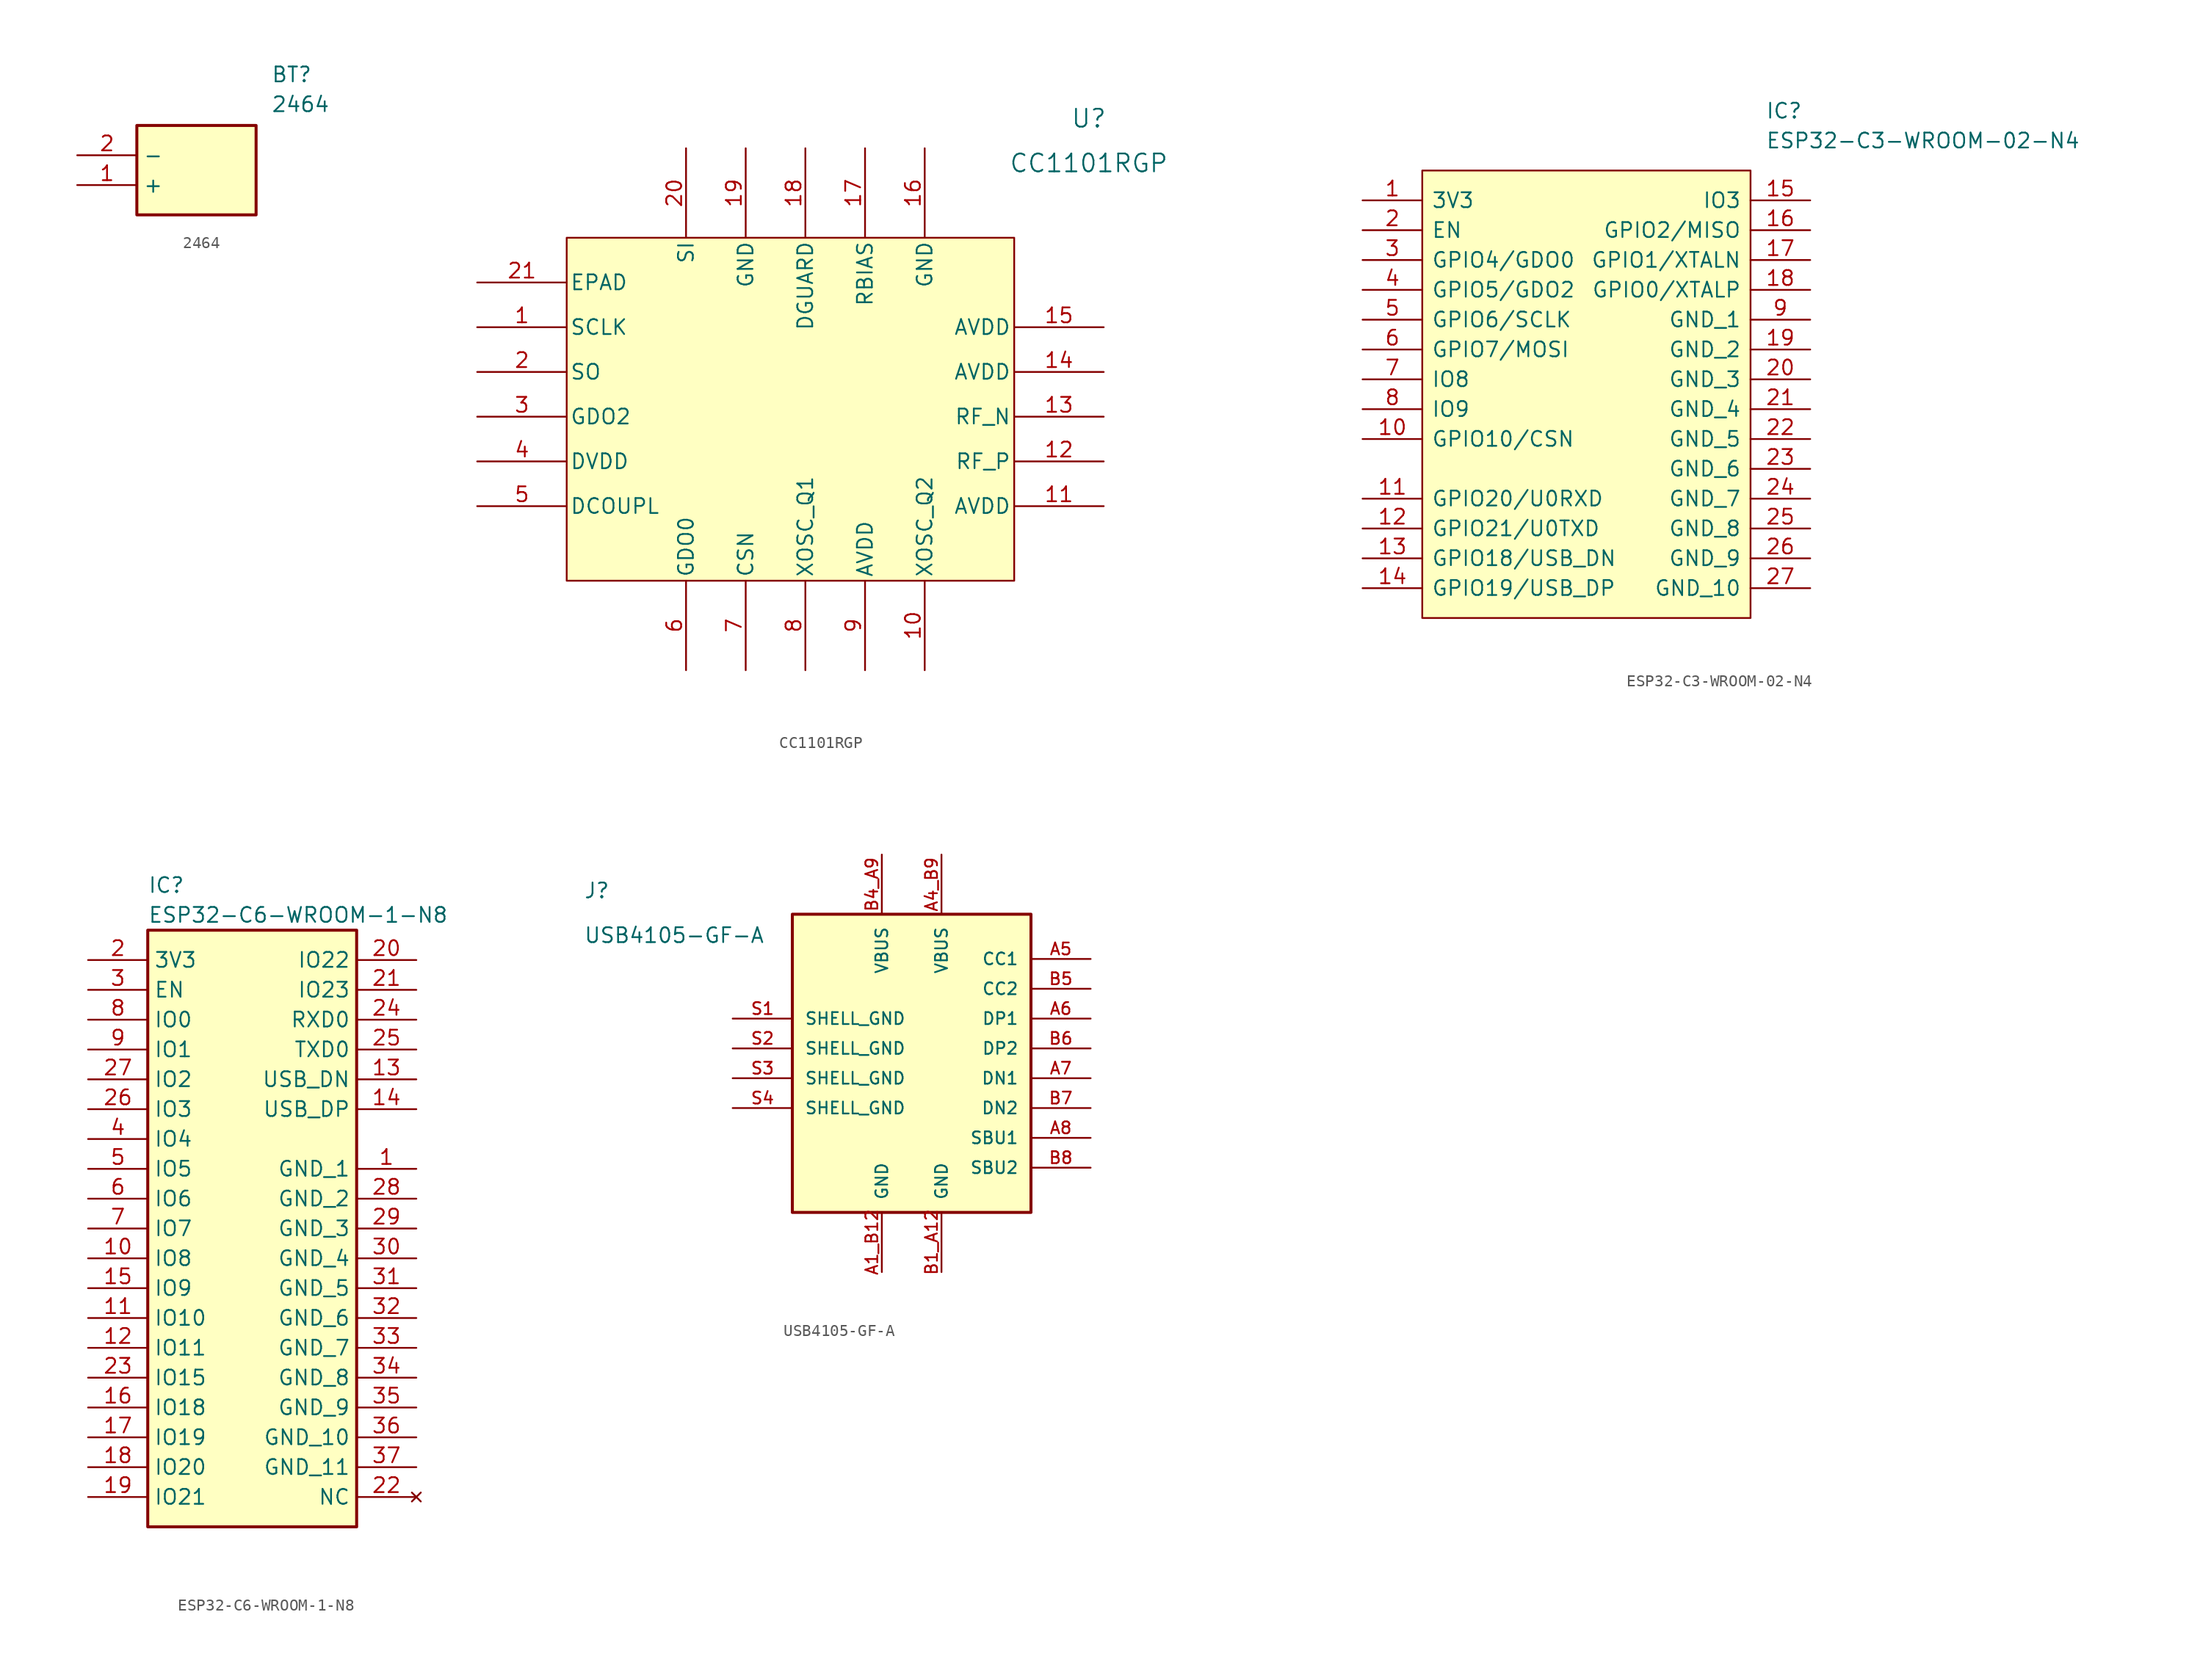
<source format=kicad_sym>
(kicad_symbol_lib
  (version 20241209)
  (generator "kicad_symbol_editor")
  (generator_version "9.0")
  (symbol "2464"
    (property "Reference" "BT"
      (at 16.51 7.62 0)
      (effects (font (size 1.27 1.27)) (justify left top)))
    (property "Value" "2464"
      (at 16.51 5.08 0)
      (effects (font (size 1.27 1.27)) (justify left top)))
    (symbol "2464_1_1"
      (rectangle (start 5.08 2.54) (end 15.24 -5.08) (stroke (width 0.254) (type default)) (fill (type background)))
      (pin passive line (at 0 0 0) (length 5.08) (name "-" (effects (font (size 1.27 1.27)))) (number "2" (effects (font (size 1.27 1.27)))))
      (pin passive line (at 0 -2.54 0) (length 5.08) (name "+" (effects (font (size 1.27 1.27)))) (number "1" (effects (font (size 1.27 1.27)))))))
  (symbol "CC1101RGP"
    (pin_names
      (offset 0.254))
    (property "Reference" "U"
      (at 24.13 24.13 0)
      (effects (font (size 1.524 1.524))))
    (property "Value" "CC1101RGP"
      (at 24.13 20.32 0)
      (effects (font (size 1.524 1.524))))
    (symbol "CC1101RGP_1_1"
      (rectangle (start -20.32 13.97) (end 17.78 -15.24) (stroke (width 0) (type default)) (fill (type background)))
      (pin power_in line (at -27.94 10.16 0) (length 7.62) (name "EPAD" (effects (font (size 1.27 1.27)))) (number "21" (effects (font (size 1.27 1.27)))))
      (pin unspecified line (at -27.94 6.35 0) (length 7.62) (name "SCLK" (effects (font (size 1.27 1.27)))) (number "1" (effects (font (size 1.27 1.27)))))
      (pin output line (at -27.94 2.54 0) (length 7.62) (name "SO" (effects (font (size 1.27 1.27)))) (number "2" (effects (font (size 1.27 1.27)))))
      (pin output line (at -27.94 -1.27 0) (length 7.62) (name "GDO2" (effects (font (size 1.27 1.27)))) (number "3" (effects (font (size 1.27 1.27)))))
      (pin power_in line (at -27.94 -5.08 0) (length 7.62) (name "DVDD" (effects (font (size 1.27 1.27)))) (number "4" (effects (font (size 1.27 1.27)))))
      (pin power_in line (at -27.94 -8.89 0) (length 7.62) (name "DCOUPL" (effects (font (size 1.27 1.27)))) (number "5" (effects (font (size 1.27 1.27)))))
      (pin input line (at -10.16 21.59 270) (length 7.62) (name "SI" (effects (font (size 1.27 1.27)))) (number "20" (effects (font (size 1.27 1.27)))))
      (pin bidirectional line (at -10.16 -22.86 90) (length 7.62) (name "GDO0" (effects (font (size 1.27 1.27)))) (number "6" (effects (font (size 1.27 1.27)))))
      (pin power_in line (at -5.08 21.59 270) (length 7.62) (name "GND" (effects (font (size 1.27 1.27)))) (number "19" (effects (font (size 1.27 1.27)))))
      (pin input line (at -5.08 -22.86 90) (length 7.62) (name "CSN" (effects (font (size 1.27 1.27)))) (number "7" (effects (font (size 1.27 1.27)))))
      (pin power_in line (at 0 21.59 270) (length 7.62) (name "DGUARD" (effects (font (size 1.27 1.27)))) (number "18" (effects (font (size 1.27 1.27)))))
      (pin bidirectional line (at 0 -22.86 90) (length 7.62) (name "XOSC_Q1" (effects (font (size 1.27 1.27)))) (number "8" (effects (font (size 1.27 1.27)))))
      (pin bidirectional line (at 5.08 21.59 270) (length 7.62) (name "RBIAS" (effects (font (size 1.27 1.27)))) (number "17" (effects (font (size 1.27 1.27)))))
      (pin power_in line (at 5.08 -22.86 90) (length 7.62) (name "AVDD" (effects (font (size 1.27 1.27)))) (number "9" (effects (font (size 1.27 1.27)))))
      (pin power_in line (at 10.16 21.59 270) (length 7.62) (name "GND" (effects (font (size 1.27 1.27)))) (number "16" (effects (font (size 1.27 1.27)))))
      (pin bidirectional line (at 10.16 -22.86 90) (length 7.62) (name "XOSC_Q2" (effects (font (size 1.27 1.27)))) (number "10" (effects (font (size 1.27 1.27)))))
      (pin power_in line (at 25.4 6.35 180) (length 7.62) (name "AVDD" (effects (font (size 1.27 1.27)))) (number "15" (effects (font (size 1.27 1.27)))))
      (pin power_in line (at 25.4 2.54 180) (length 7.62) (name "AVDD" (effects (font (size 1.27 1.27)))) (number "14" (effects (font (size 1.27 1.27)))))
      (pin bidirectional line (at 25.4 -1.27 180) (length 7.62) (name "RF_N" (effects (font (size 1.27 1.27)))) (number "13" (effects (font (size 1.27 1.27)))))
      (pin bidirectional line (at 25.4 -5.08 180) (length 7.62) (name "RF_P" (effects (font (size 1.27 1.27)))) (number "12" (effects (font (size 1.27 1.27)))))
      (pin power_in line (at 25.4 -8.89 180) (length 7.62) (name "AVDD" (effects (font (size 1.27 1.27)))) (number "11" (effects (font (size 1.27 1.27)))))))
  (symbol "ESP32-C3-WROOM-02-N4"
    (pin_names
      (offset 0.762))
    (property "Reference" "IC"
      (at 15.24 22.86 0)
      (effects (font (size 1.27 1.27)) (justify left)))
    (property "Value" "ESP32-C3-WROOM-02-N4"
      (at 15.24 20.32 0)
      (effects (font (size 1.27 1.27)) (justify left)))
    (symbol "ESP32-C3-WROOM-02-N4_0_0"
      (pin passive line (at -19.05 15.24 0) (length 5.08) (name "3V3" (effects (font (size 1.27 1.27)))) (number "1" (effects (font (size 1.27 1.27)))))
      (pin passive line (at -19.05 12.7 0) (length 5.08) (name "EN" (effects (font (size 1.27 1.27)))) (number "2" (effects (font (size 1.27 1.27)))))
      (pin passive line (at -19.05 0 0) (length 5.08) (name "IO8" (effects (font (size 1.27 1.27)))) (number "7" (effects (font (size 1.27 1.27)))))
      (pin passive line (at -19.05 -2.54 0) (length 5.08) (name "IO9" (effects (font (size 1.27 1.27)))) (number "8" (effects (font (size 1.27 1.27)))))
      (pin passive line (at 19.05 15.24 180) (length 5.08) (name "IO3" (effects (font (size 1.27 1.27)))) (number "15" (effects (font (size 1.27 1.27)))))
      (pin passive line (at 19.05 5.08 180) (length 5.08) (name "GND_1" (effects (font (size 1.27 1.27)))) (number "9" (effects (font (size 1.27 1.27)))))
      (pin passive line (at 19.05 2.54 180) (length 5.08) (name "GND_2" (effects (font (size 1.27 1.27)))) (number "19" (effects (font (size 1.27 1.27)))))
      (pin passive line (at 19.05 0 180) (length 5.08) (name "GND_3" (effects (font (size 1.27 1.27)))) (number "20" (effects (font (size 1.27 1.27)))))
      (pin passive line (at 19.05 -2.54 180) (length 5.08) (name "GND_4" (effects (font (size 1.27 1.27)))) (number "21" (effects (font (size 1.27 1.27)))))
      (pin passive line (at 19.05 -5.08 180) (length 5.08) (name "GND_5" (effects (font (size 1.27 1.27)))) (number "22" (effects (font (size 1.27 1.27)))))
      (pin passive line (at 19.05 -7.62 180) (length 5.08) (name "GND_6" (effects (font (size 1.27 1.27)))) (number "23" (effects (font (size 1.27 1.27)))))
      (pin passive line (at 19.05 -10.16 180) (length 5.08) (name "GND_7" (effects (font (size 1.27 1.27)))) (number "24" (effects (font (size 1.27 1.27)))))
      (pin passive line (at 19.05 -12.7 180) (length 5.08) (name "GND_8" (effects (font (size 1.27 1.27)))) (number "25" (effects (font (size 1.27 1.27)))))
      (pin passive line (at 19.05 -15.24 180) (length 5.08) (name "GND_9" (effects (font (size 1.27 1.27)))) (number "26" (effects (font (size 1.27 1.27)))))
      (pin passive line (at 19.05 -17.78 180) (length 5.08) (name "GND_10" (effects (font (size 1.27 1.27)))) (number "27" (effects (font (size 1.27 1.27))))))
    (symbol "ESP32-C3-WROOM-02-N4_1_0"
      (pin passive line (at -19.05 10.16 0) (length 5.08) (name "GPIO4/GDO0" (effects (font (size 1.27 1.27)))) (number "3" (effects (font (size 1.27 1.27)))))
      (pin passive line (at -19.05 7.62 0) (length 5.08) (name "GPIO5/GDO2" (effects (font (size 1.27 1.27)))) (number "4" (effects (font (size 1.27 1.27)))))
      (pin passive line (at -19.05 5.08 0) (length 5.08) (name "GPIO6/SCLK" (effects (font (size 1.27 1.27)))) (number "5" (effects (font (size 1.27 1.27)))))
      (pin passive line (at -19.05 2.54 0) (length 5.08) (name "GPIO7/MOSI" (effects (font (size 1.27 1.27)))) (number "6" (effects (font (size 1.27 1.27)))))
      (pin passive line (at -19.05 -5.08 0) (length 5.08) (name "GPIO10/CSN" (effects (font (size 1.27 1.27)))) (number "10" (effects (font (size 1.27 1.27)))))
      (pin passive line (at -19.05 -10.16 0) (length 5.08) (name "GPIO20/U0RXD" (effects (font (size 1.27 1.27)))) (number "11" (effects (font (size 1.27 1.27)))))
      (pin passive line (at -19.05 -12.7 0) (length 5.08) (name "GPIO21/U0TXD" (effects (font (size 1.27 1.27)))) (number "12" (effects (font (size 1.27 1.27)))))
      (pin passive line (at -19.05 -15.24 0) (length 5.08) (name "GPIO18/USB_DN" (effects (font (size 1.27 1.27)))) (number "13" (effects (font (size 1.27 1.27)))))
      (pin passive line (at -19.05 -17.78 0) (length 5.08) (name "GPIO19/USB_DP" (effects (font (size 1.27 1.27)))) (number "14" (effects (font (size 1.27 1.27)))))
      (pin passive line (at 19.05 12.7 180) (length 5.08) (name "GPIO2/MISO" (effects (font (size 1.27 1.27)))) (number "16" (effects (font (size 1.27 1.27)))))
      (pin passive line (at 19.05 10.16 180) (length 5.08) (name "GPIO1/XTALN" (effects (font (size 1.27 1.27)))) (number "17" (effects (font (size 1.27 1.27)))))
      (pin passive line (at 19.05 7.62 180) (length 5.08) (name "GPIO0/XTALP" (effects (font (size 1.27 1.27)))) (number "18" (effects (font (size 1.27 1.27))))))
    (symbol "ESP32-C3-WROOM-02-N4_1_1"
      (rectangle (start -13.97 17.78) (end 13.97 -20.32) (stroke (width 0) (type default)) (fill (type background)))))
  (symbol "ESP32-C6-WROOM-1-N8"
    (property "Reference" "IC"
      (at 5.08 7.112 0)
      (effects (font (size 1.27 1.27)) (justify left top)))
    (property "Value" "ESP32-C6-WROOM-1-N8"
      (at 5.08 4.572 0)
      (effects (font (size 1.27 1.27)) (justify left top)))
    (symbol "ESP32-C6-WROOM-1-N8_1_1"
      (rectangle (start 5.08 2.54) (end 22.86 -48.26) (stroke (width 0.254) (type default)) (fill (type background)))
      (pin passive line (at 0 0 0) (length 5.08) (name "3V3" (effects (font (size 1.27 1.27)))) (number "2" (effects (font (size 1.27 1.27)))))
      (pin passive line (at 0 -2.54 0) (length 5.08) (name "EN" (effects (font (size 1.27 1.27)))) (number "3" (effects (font (size 1.27 1.27)))))
      (pin passive line (at 0 -5.08 0) (length 5.08) (name "IO0" (effects (font (size 1.27 1.27)))) (number "8" (effects (font (size 1.27 1.27)))))
      (pin passive line (at 0 -7.62 0) (length 5.08) (name "IO1" (effects (font (size 1.27 1.27)))) (number "9" (effects (font (size 1.27 1.27)))))
      (pin passive line (at 0 -10.16 0) (length 5.08) (name "IO2" (effects (font (size 1.27 1.27)))) (number "27" (effects (font (size 1.27 1.27)))))
      (pin passive line (at 0 -12.7 0) (length 5.08) (name "IO3" (effects (font (size 1.27 1.27)))) (number "26" (effects (font (size 1.27 1.27)))))
      (pin passive line (at 0 -15.24 0) (length 5.08) (name "IO4" (effects (font (size 1.27 1.27)))) (number "4" (effects (font (size 1.27 1.27)))))
      (pin passive line (at 0 -17.78 0) (length 5.08) (name "IO5" (effects (font (size 1.27 1.27)))) (number "5" (effects (font (size 1.27 1.27)))))
      (pin passive line (at 0 -20.32 0) (length 5.08) (name "IO6" (effects (font (size 1.27 1.27)))) (number "6" (effects (font (size 1.27 1.27)))))
      (pin passive line (at 0 -22.86 0) (length 5.08) (name "IO7" (effects (font (size 1.27 1.27)))) (number "7" (effects (font (size 1.27 1.27)))))
      (pin passive line (at 0 -25.4 0) (length 5.08) (name "IO8" (effects (font (size 1.27 1.27)))) (number "10" (effects (font (size 1.27 1.27)))))
      (pin passive line (at 0 -27.94 0) (length 5.08) (name "IO9" (effects (font (size 1.27 1.27)))) (number "15" (effects (font (size 1.27 1.27)))))
      (pin passive line (at 0 -30.48 0) (length 5.08) (name "IO10" (effects (font (size 1.27 1.27)))) (number "11" (effects (font (size 1.27 1.27)))))
      (pin passive line (at 0 -33.02 0) (length 5.08) (name "IO11" (effects (font (size 1.27 1.27)))) (number "12" (effects (font (size 1.27 1.27)))))
      (pin passive line (at 0 -35.56 0) (length 5.08) (name "IO15" (effects (font (size 1.27 1.27)))) (number "23" (effects (font (size 1.27 1.27)))))
      (pin passive line (at 0 -38.1 0) (length 5.08) (name "IO18" (effects (font (size 1.27 1.27)))) (number "16" (effects (font (size 1.27 1.27)))))
      (pin passive line (at 0 -40.64 0) (length 5.08) (name "IO19" (effects (font (size 1.27 1.27)))) (number "17" (effects (font (size 1.27 1.27)))))
      (pin passive line (at 0 -43.18 0) (length 5.08) (name "IO20" (effects (font (size 1.27 1.27)))) (number "18" (effects (font (size 1.27 1.27)))))
      (pin passive line (at 0 -45.72 0) (length 5.08) (name "IO21" (effects (font (size 1.27 1.27)))) (number "19" (effects (font (size 1.27 1.27)))))
      (pin passive line (at 27.94 0 180) (length 5.08) (name "IO22" (effects (font (size 1.27 1.27)))) (number "20" (effects (font (size 1.27 1.27)))))
      (pin passive line (at 27.94 -2.54 180) (length 5.08) (name "IO23" (effects (font (size 1.27 1.27)))) (number "21" (effects (font (size 1.27 1.27)))))
      (pin passive line (at 27.94 -5.08 180) (length 5.08) (name "RXD0" (effects (font (size 1.27 1.27)))) (number "24" (effects (font (size 1.27 1.27)))))
      (pin passive line (at 27.94 -7.62 180) (length 5.08) (name "TXD0" (effects (font (size 1.27 1.27)))) (number "25" (effects (font (size 1.27 1.27)))))
      (pin passive line (at 27.94 -10.16 180) (length 5.08) (name "USB_DN" (effects (font (size 1.27 1.27)))) (number "13" (effects (font (size 1.27 1.27)))))
      (pin passive line (at 27.94 -12.7 180) (length 5.08) (name "USB_DP" (effects (font (size 1.27 1.27)))) (number "14" (effects (font (size 1.27 1.27)))))
      (pin passive line (at 27.94 -17.78 180) (length 5.08) (name "GND_1" (effects (font (size 1.27 1.27)))) (number "1" (effects (font (size 1.27 1.27)))))
      (pin passive line (at 27.94 -20.32 180) (length 5.08) (name "GND_2" (effects (font (size 1.27 1.27)))) (number "28" (effects (font (size 1.27 1.27)))))
      (pin passive line (at 27.94 -22.86 180) (length 5.08) (name "GND_3" (effects (font (size 1.27 1.27)))) (number "29" (effects (font (size 1.27 1.27)))))
      (pin passive line (at 27.94 -25.4 180) (length 5.08) (name "GND_4" (effects (font (size 1.27 1.27)))) (number "30" (effects (font (size 1.27 1.27)))))
      (pin passive line (at 27.94 -27.94 180) (length 5.08) (name "GND_5" (effects (font (size 1.27 1.27)))) (number "31" (effects (font (size 1.27 1.27)))))
      (pin passive line (at 27.94 -30.48 180) (length 5.08) (name "GND_6" (effects (font (size 1.27 1.27)))) (number "32" (effects (font (size 1.27 1.27)))))
      (pin passive line (at 27.94 -33.02 180) (length 5.08) (name "GND_7" (effects (font (size 1.27 1.27)))) (number "33" (effects (font (size 1.27 1.27)))))
      (pin passive line (at 27.94 -35.56 180) (length 5.08) (name "GND_8" (effects (font (size 1.27 1.27)))) (number "34" (effects (font (size 1.27 1.27)))))
      (pin passive line (at 27.94 -38.1 180) (length 5.08) (name "GND_9" (effects (font (size 1.27 1.27)))) (number "35" (effects (font (size 1.27 1.27)))))
      (pin passive line (at 27.94 -40.64 180) (length 5.08) (name "GND_10" (effects (font (size 1.27 1.27)))) (number "36" (effects (font (size 1.27 1.27)))))
      (pin passive line (at 27.94 -43.18 180) (length 5.08) (name "GND_11" (effects (font (size 1.27 1.27)))) (number "37" (effects (font (size 1.27 1.27)))))
      (pin no_connect line (at 27.94 -45.72 180) (length 5.08) (name "NC" (effects (font (size 1.27 1.27)))) (number "22" (effects (font (size 1.27 1.27)))))))
  (symbol "USB4105-GF-A"
    (pin_names
      (offset 1.016))
    (property "Reference" "J"
      (at -27.94 13.97 0)
      (effects (font (size 1.27 1.27)) (justify left bottom)))
    (property "Value" "USB4105-GF-A"
      (at -27.94 10.16 0)
      (effects (font (size 1.27 1.27)) (justify left bottom)))
    (symbol "USB4105-GF-A_0_0"
      (rectangle (start -10.16 12.7) (end 10.16 -12.7) (stroke (width 0.254) (type default)) (fill (type background)))
      (pin power_in line (at -15.24 3.81 0) (length 5.08) (name "SHELL_GND" (effects (font (size 1.016 1.016)))) (number "S1" (effects (font (size 1.016 1.016)))))
      (pin power_in line (at -15.24 1.27 0) (length 5.08) (name "SHELL_GND" (effects (font (size 1.016 1.016)))) (number "S2" (effects (font (size 1.016 1.016)))))
      (pin power_in line (at -15.24 -1.27 0) (length 5.08) (name "SHELL_GND" (effects (font (size 1.016 1.016)))) (number "S3" (effects (font (size 1.016 1.016)))))
      (pin power_in line (at -15.24 -3.81 0) (length 5.08) (name "SHELL_GND" (effects (font (size 1.016 1.016)))) (number "S4" (effects (font (size 1.016 1.016)))))
      (pin power_in line (at -2.54 17.78 270) (length 5.08) (name "VBUS" (effects (font (size 1.016 1.016)))) (number "B4_A9" (effects (font (size 1.016 1.016)))))
      (pin power_in line (at -2.54 -17.78 90) (length 5.08) (name "GND" (effects (font (size 1.016 1.016)))) (number "A1_B12" (effects (font (size 1.016 1.016)))))
      (pin power_in line (at 2.54 17.78 270) (length 5.08) (name "VBUS" (effects (font (size 1.016 1.016)))) (number "A4_B9" (effects (font (size 1.016 1.016)))))
      (pin power_in line (at 2.54 -17.78 90) (length 5.08) (name "GND" (effects (font (size 1.016 1.016)))) (number "B1_A12" (effects (font (size 1.016 1.016)))))
      (pin bidirectional line (at 15.24 8.89 180) (length 5.08) (name "CC1" (effects (font (size 1.016 1.016)))) (number "A5" (effects (font (size 1.016 1.016)))))
      (pin bidirectional line (at 15.24 6.35 180) (length 5.08) (name "CC2" (effects (font (size 1.016 1.016)))) (number "B5" (effects (font (size 1.016 1.016)))))
      (pin bidirectional line (at 15.24 3.81 180) (length 5.08) (name "DP1" (effects (font (size 1.016 1.016)))) (number "A6" (effects (font (size 1.016 1.016)))))
      (pin bidirectional line (at 15.24 1.27 180) (length 5.08) (name "DP2" (effects (font (size 1.016 1.016)))) (number "B6" (effects (font (size 1.016 1.016)))))
      (pin bidirectional line (at 15.24 -1.27 180) (length 5.08) (name "DN1" (effects (font (size 1.016 1.016)))) (number "A7" (effects (font (size 1.016 1.016)))))
      (pin bidirectional line (at 15.24 -3.81 180) (length 5.08) (name "DN2" (effects (font (size 1.016 1.016)))) (number "B7" (effects (font (size 1.016 1.016)))))
      (pin bidirectional line (at 15.24 -6.35 180) (length 5.08) (name "SBU1" (effects (font (size 1.016 1.016)))) (number "A8" (effects (font (size 1.016 1.016)))))
      (pin bidirectional line (at 15.24 -8.89 180) (length 5.08) (name "SBU2" (effects (font (size 1.016 1.016)))) (number "B8" (effects (font (size 1.016 1.016))))))))
</source>
